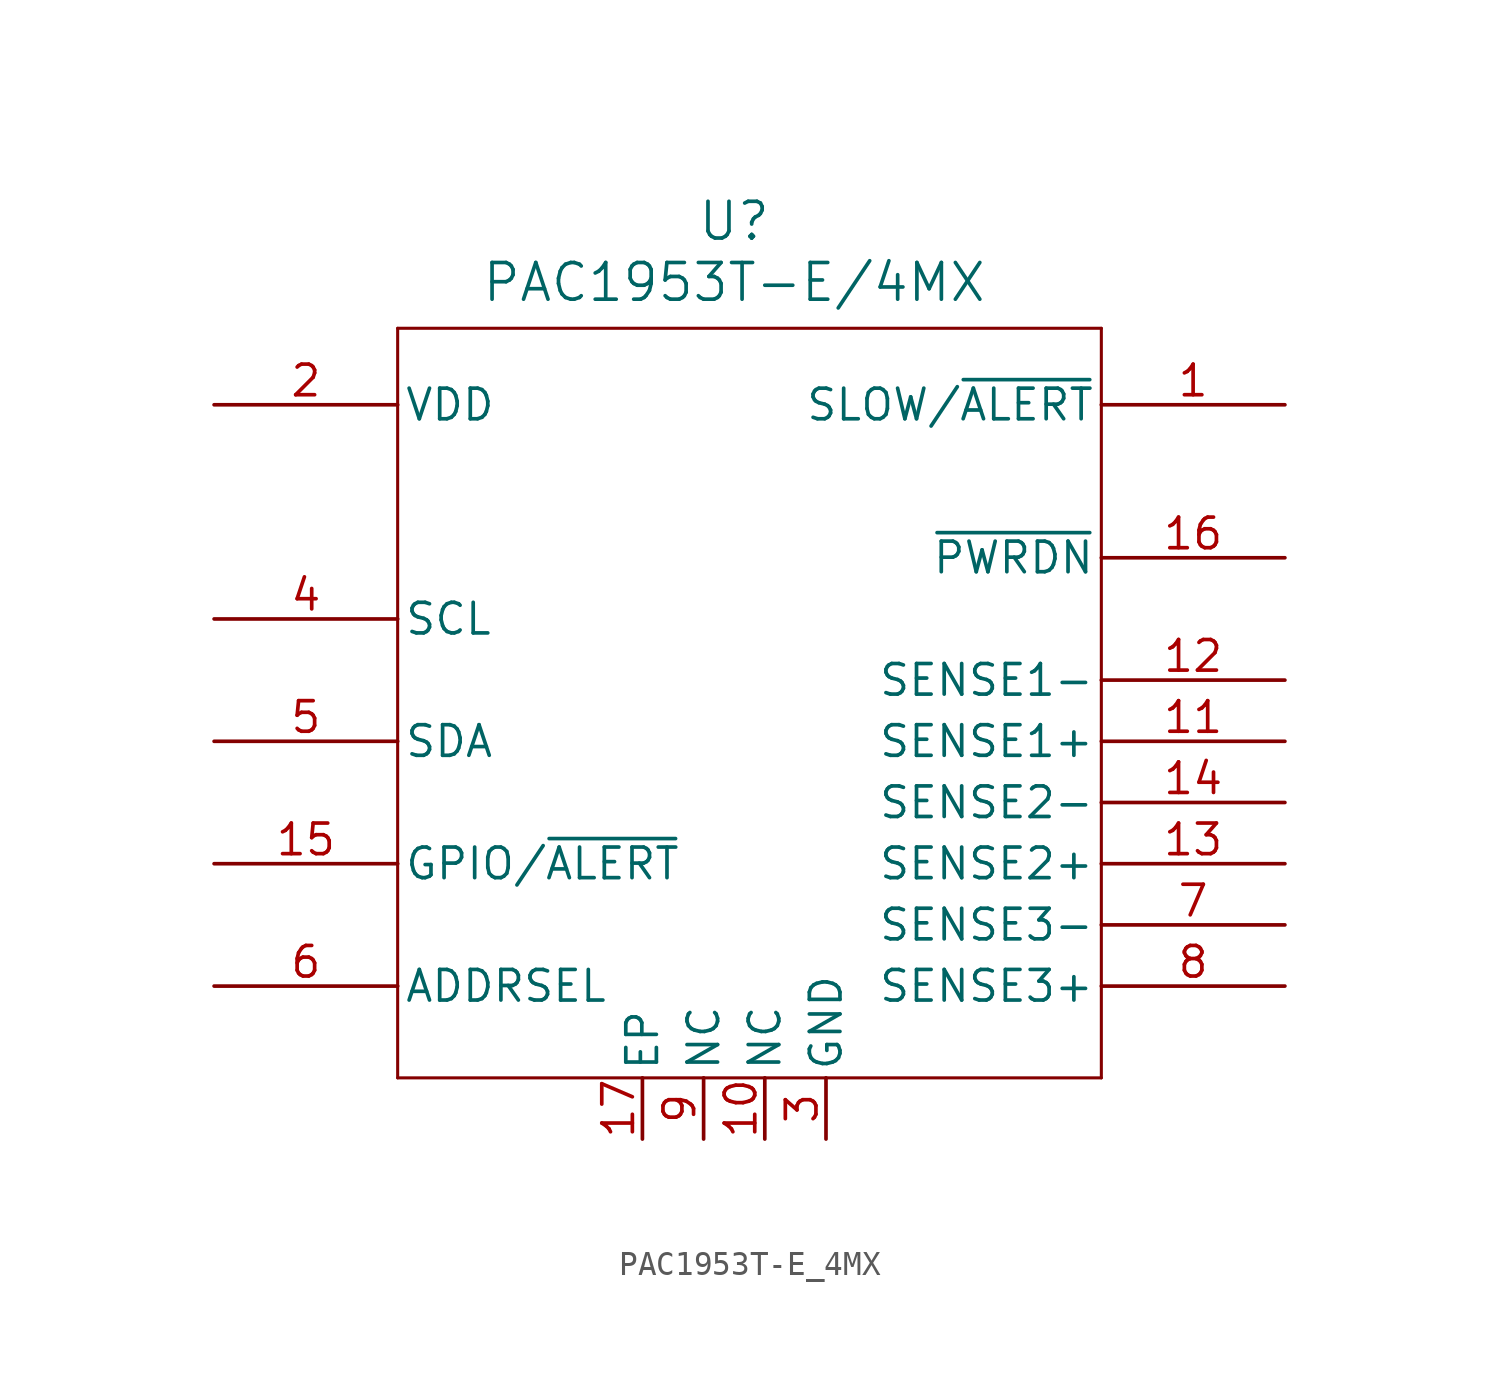
<source format=kicad_sym>
(kicad_symbol_lib
  (version 20231120)
  (generator "kicad_symbol_editor")
  (generator_version "8.0")
  (symbol "PAC1953T-E_4MX"
    (pin_names
      (offset 0.254))
    (property "Reference" "U"
      (at 13.97 6.35 0)
      (effects (font (size 1.524 1.524))))
    (property "Value" "PAC1953T-E/4MX"
      (at 13.97 3.81 0)
      (effects (font (size 1.524 1.524))))
    (property "ki_locked" ""
      (at 0 0 0)
      (effects (font (size 1.27 1.27))))
    (symbol "PAC1953T-E_4MX_0_1"
      (polyline (pts (xy 0 -29.21) (xy 29.21 -29.21)) (stroke (width 0.127) (type default)) (fill (type none)))
      (polyline (pts (xy 0 1.905) (xy 0 -29.21)) (stroke (width 0.127) (type default)) (fill (type none)))
      (polyline (pts (xy 29.21 -29.21) (xy 29.21 1.905)) (stroke (width 0.127) (type default)) (fill (type none)))
      (polyline (pts (xy 29.21 1.905) (xy 0 1.905)) (stroke (width 0.127) (type default)) (fill (type none)))
      (pin passive line (at 15.24 -31.75 90) (length 2.54) (name "NC" (effects (font (size 1.27 1.27)))) (number "10" (effects (font (size 1.27 1.27)))))
      (pin passive line (at 36.83 -15.24 180) (length 7.62) (name "SENSE1+" (effects (font (size 1.27 1.27)))) (number "11" (effects (font (size 1.27 1.27)))))
      (pin passive line (at 36.83 -12.7 180) (length 7.62) (name "SENSE1-" (effects (font (size 1.27 1.27)))) (number "12" (effects (font (size 1.27 1.27)))))
      (pin passive line (at 36.83 -20.32 180) (length 7.62) (name "SENSE2+" (effects (font (size 1.27 1.27)))) (number "13" (effects (font (size 1.27 1.27)))))
      (pin passive line (at 36.83 -17.78 180) (length 7.62) (name "SENSE2-" (effects (font (size 1.27 1.27)))) (number "14" (effects (font (size 1.27 1.27)))))
      (pin passive line (at -7.62 -1.27 0) (length 7.62) (name "VDD" (effects (font (size 1.27 1.27)))) (number "2" (effects (font (size 1.27 1.27)))))
      (pin passive line (at 17.78 -31.75 90) (length 2.54) (name "GND" (effects (font (size 1.27 1.27)))) (number "3" (effects (font (size 1.27 1.27)))))
      (pin input line (at -7.62 -10.16 0) (length 7.62) (name "SCL" (effects (font (size 1.27 1.27)))) (number "4" (effects (font (size 1.27 1.27)))))
      (pin bidirectional line (at -7.62 -15.24 0) (length 7.62) (name "SDA" (effects (font (size 1.27 1.27)))) (number "5" (effects (font (size 1.27 1.27)))))
      (pin passive line (at -7.62 -25.4 0) (length 7.62) (name "ADDRSEL" (effects (font (size 1.27 1.27)))) (number "6" (effects (font (size 1.27 1.27)))))
      (pin passive line (at 36.83 -22.86 180) (length 7.62) (name "SENSE3-" (effects (font (size 1.27 1.27)))) (number "7" (effects (font (size 1.27 1.27)))))
      (pin passive line (at 36.83 -25.4 180) (length 7.62) (name "SENSE3+" (effects (font (size 1.27 1.27)))) (number "8" (effects (font (size 1.27 1.27)))))
      (pin passive line (at 12.7 -31.75 90) (length 2.54) (name "NC" (effects (font (size 1.27 1.27)))) (number "9" (effects (font (size 1.27 1.27))))))
    (symbol "PAC1953T-E_4MX_1_1"
      (pin bidirectional line (at 36.83 -1.27 180) (length 7.62) (name "SLOW/~{ALERT}" (effects (font (size 1.27 1.27)))) (number "1" (effects (font (size 1.27 1.27)))))
      (pin bidirectional line (at -7.62 -20.32 0) (length 7.62) (name "GPIO/~{ALERT}" (effects (font (size 1.27 1.27)))) (number "15" (effects (font (size 1.27 1.27)))))
      (pin input line (at 36.83 -7.62 180) (length 7.62) (name "~{PWRDN}" (effects (font (size 1.27 1.27)))) (number "16" (effects (font (size 1.27 1.27)))))
      (pin passive line (at 10.16 -31.75 90) (length 2.54) (name "EP" (effects (font (size 1.27 1.27)))) (number "17" (effects (font (size 1.27 1.27))))))))
</source>
